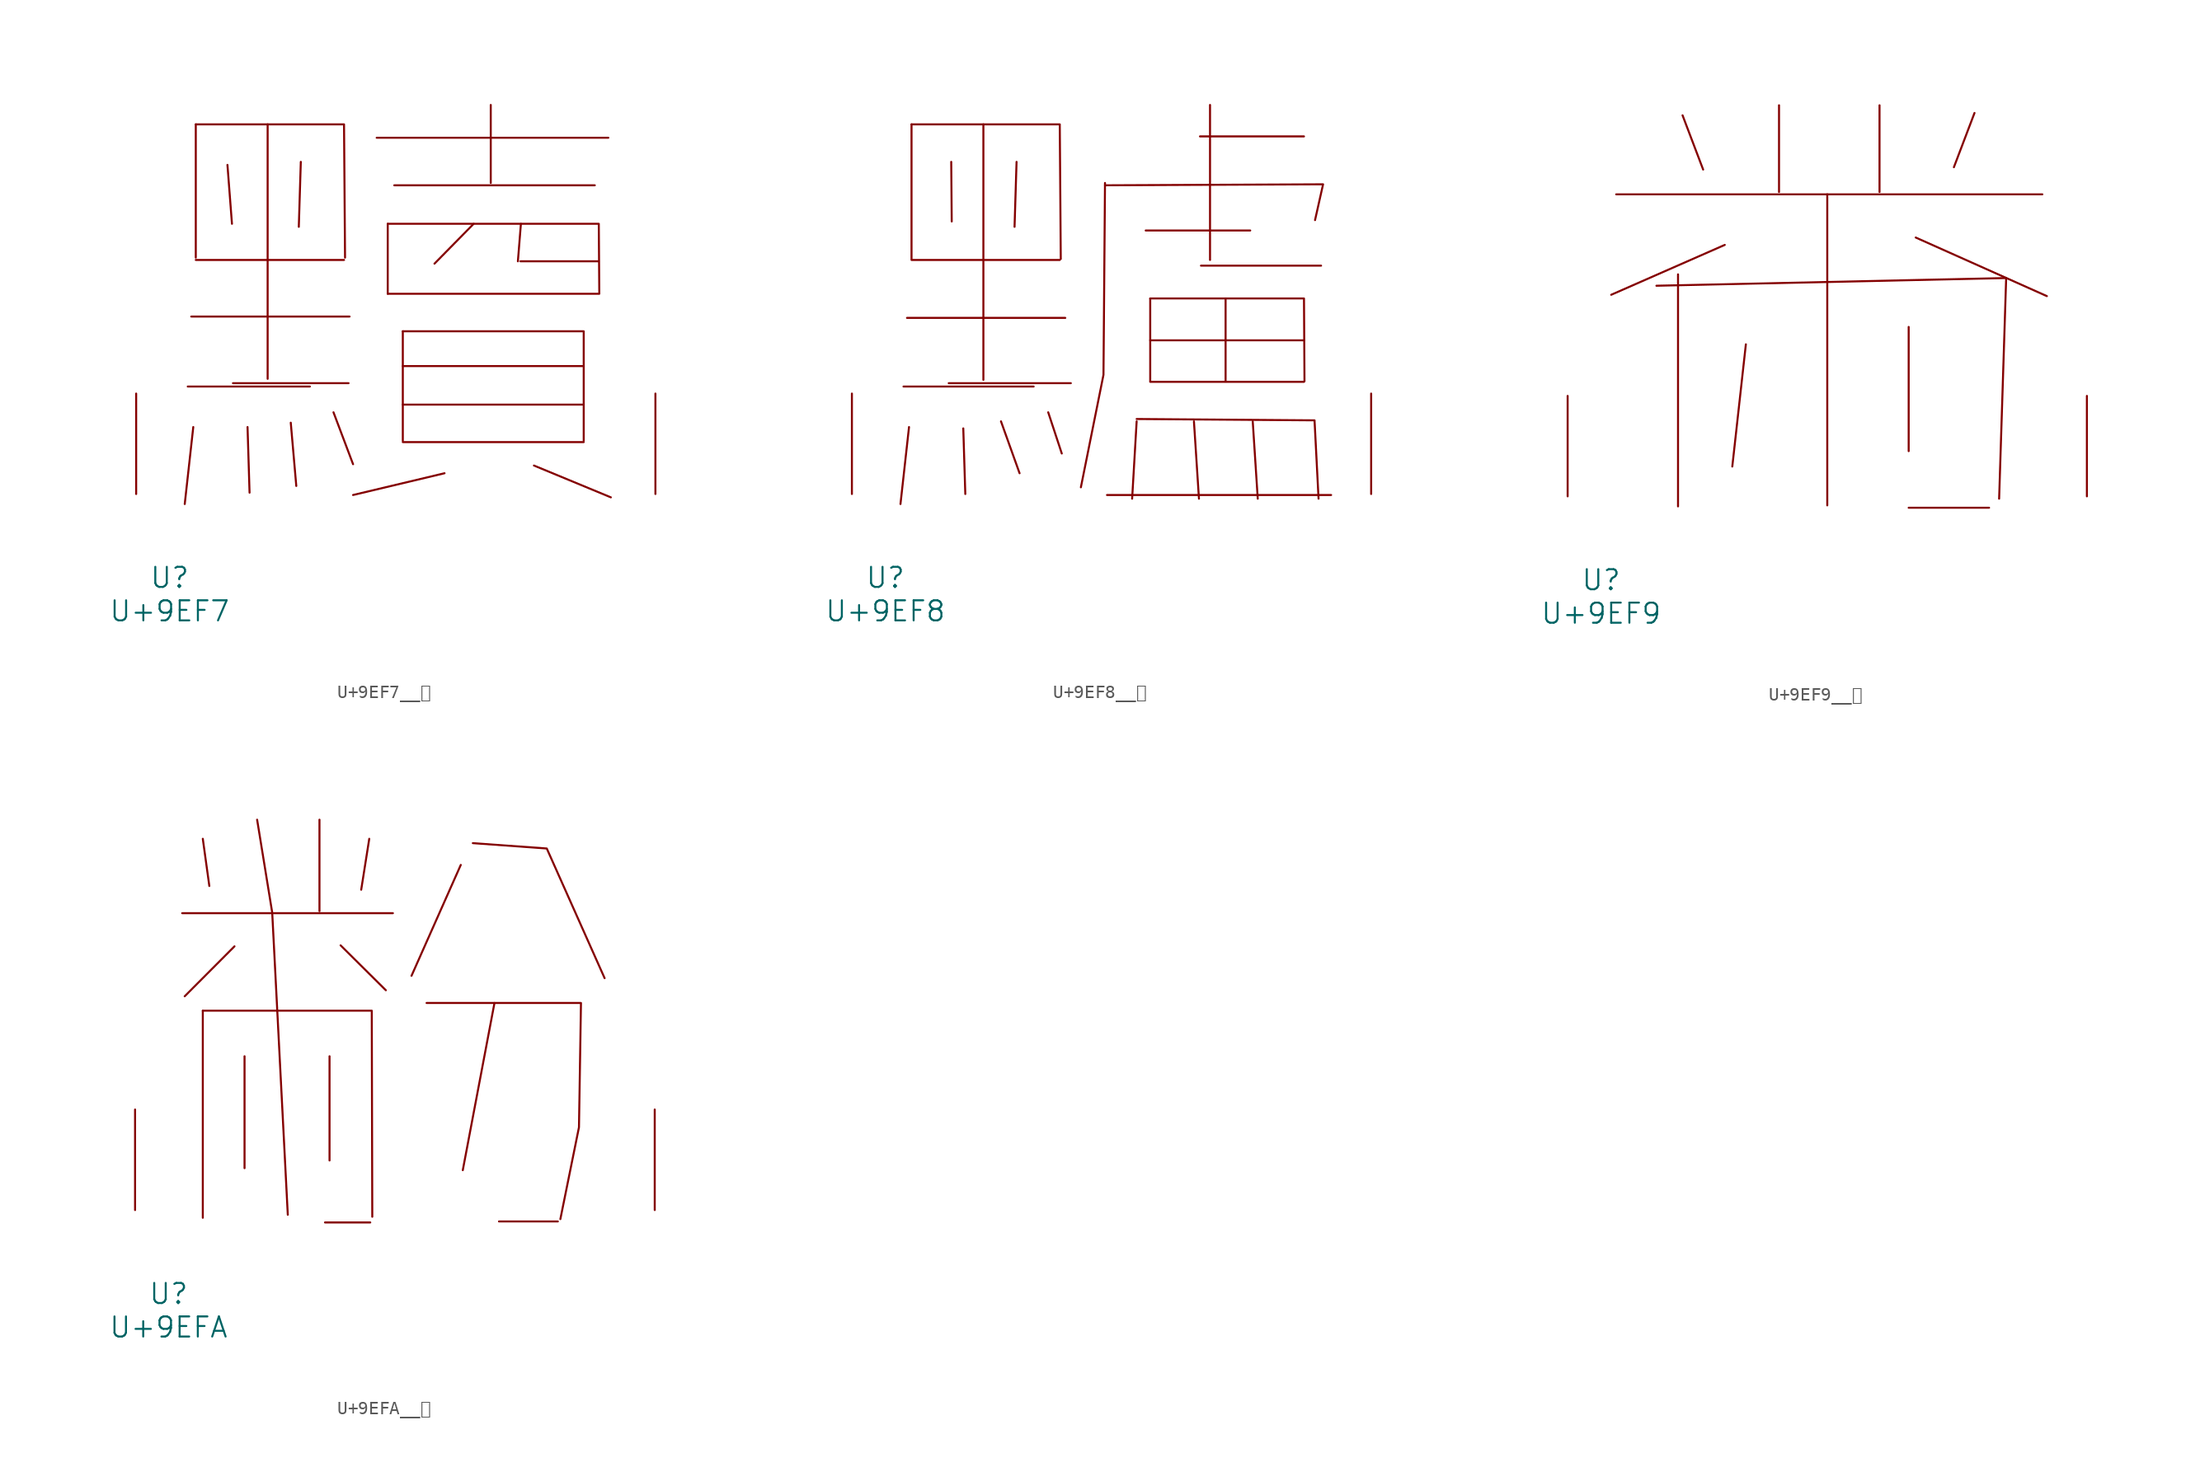
<source format=kicad_sym>
(kicad_symbol_lib
  (version 20231120)
  (generator "kicad_symbol_editor")
  (generator_version "8.0")
  (symbol "U+9EF7__黷"
    (pin_names
      (offset 1.016))
    (property "Reference" "U"
      (at 0 -6.35 0)
      (effects (font (size 1.524 1.524))))
    (property "Value" "U+9EF7"
      (at 0 -8.89 0)
      (effects (font (size 1.524 1.524))))
    (symbol "U+9EF7__黷_0_1"
      (polyline (pts (xy 1.372 8.153) (xy 10.63 8.153)) (stroke (width 0) (type solid)) (fill (type none)))
      (polyline (pts (xy 1.638 13.462) (xy 13.64 13.462)) (stroke (width 0) (type solid)) (fill (type none)))
      (polyline (pts (xy 1.791 5.08) (xy 1.143 -0.762)) (stroke (width 0) (type solid)) (fill (type none)))
      (polyline (pts (xy 1.981 17.755) (xy 13.221 17.755)) (stroke (width 0) (type solid)) (fill (type none)))
      (polyline (pts (xy 1.981 28.042) (xy 1.981 17.932)) (stroke (width 0) (type solid)) (fill (type none)))
      (polyline (pts (xy 4.381 24.968) (xy 4.724 20.498)) (stroke (width 0) (type solid)) (fill (type none)))
      (polyline (pts (xy 4.801 8.407) (xy 13.564 8.407)) (stroke (width 0) (type solid)) (fill (type none)))
      (polyline (pts (xy 5.905 5.08) (xy 6.058 0.102)) (stroke (width 0) (type solid)) (fill (type none)))
      (polyline (pts (xy 7.429 28.042) (xy 7.429 8.738)) (stroke (width 0) (type solid)) (fill (type none)))
      (polyline (pts (xy 9.182 5.41) (xy 9.601 0.61)) (stroke (width 0) (type solid)) (fill (type none)))
      (polyline (pts (xy 9.944 25.197) (xy 9.792 20.269)) (stroke (width 0) (type solid)) (fill (type none)))
      (polyline (pts (xy 12.421 6.198) (xy 13.906 2.261)) (stroke (width 0) (type solid)) (fill (type none)))
      (polyline (pts (xy 15.697 27.026) (xy 33.261 27.026)) (stroke (width 0) (type solid)) (fill (type none)))
      (polyline (pts (xy 16.535 15.189) (xy 32.499 15.189)) (stroke (width 0) (type solid)) (fill (type none)))
      (polyline (pts (xy 16.535 20.498) (xy 16.535 15.189)) (stroke (width 0) (type solid)) (fill (type none)))
      (polyline (pts (xy 17.031 23.419) (xy 32.233 23.419)) (stroke (width 0) (type solid)) (fill (type none)))
      (polyline (pts (xy 17.678 3.937) (xy 31.394 3.937)) (stroke (width 0) (type solid)) (fill (type none)))
      (polyline (pts (xy 17.678 6.782) (xy 31.394 6.782)) (stroke (width 0) (type solid)) (fill (type none)))
      (polyline (pts (xy 17.678 9.703) (xy 31.394 9.703)) (stroke (width 0) (type solid)) (fill (type none)))
      (polyline (pts (xy 17.678 12.344) (xy 17.678 4.039)) (stroke (width 0) (type solid)) (fill (type none)))
      (polyline (pts (xy 20.841 1.575) (xy 13.906 -0.076)) (stroke (width 0) (type solid)) (fill (type none)))
      (polyline (pts (xy 23.05 20.498) (xy 20.079 17.475)) (stroke (width 0) (type solid)) (fill (type none)))
      (polyline (pts (xy 24.346 29.515) (xy 24.346 23.597)) (stroke (width 0) (type solid)) (fill (type none)))
      (polyline (pts (xy 26.594 17.653) (xy 32.499 17.653)) (stroke (width 0) (type solid)) (fill (type none)))
      (polyline (pts (xy 26.632 20.498) (xy 26.403 17.653)) (stroke (width 0) (type solid)) (fill (type none)))
      (polyline (pts (xy 27.622 2.159) (xy 33.452 -0.254)) (stroke (width 0) (type solid)) (fill (type none)))
      (polyline (pts (xy 1.981 28.042) (xy 13.221 28.042) (xy 13.297 17.932)) (stroke (width 0) (type solid)) (fill (type none)))
      (polyline (pts (xy 16.535 20.498) (xy 32.537 20.498) (xy 32.575 15.189)) (stroke (width 0) (type solid)) (fill (type none)))
      (polyline (pts (xy 17.678 12.344) (xy 31.394 12.344) (xy 31.394 4.039)) (stroke (width 0) (type solid)) (fill (type none)))
      (pin input line (at -2.54 0 90) (length 7.62) (name "~" (effects (font (size 1.27 1.27)))) (number "~" (effects (font (size 1.27 1.27)))))
      (pin input line (at 36.83 0 90) (length 7.62) (name "~" (effects (font (size 1.27 1.27)))) (number "~" (effects (font (size 1.27 1.27)))))))
  (symbol "U+9EF8__黸"
    (pin_names
      (offset 1.016))
    (property "Reference" "U"
      (at 0 -6.35 0)
      (effects (font (size 1.524 1.524))))
    (property "Value" "U+9EF8"
      (at 0 -8.89 0)
      (effects (font (size 1.524 1.524))))
    (symbol "U+9EF8__黸_0_1"
      (polyline (pts (xy 1.372 8.153) (xy 11.239 8.153)) (stroke (width 0) (type solid)) (fill (type none)))
      (polyline (pts (xy 1.638 13.36) (xy 13.64 13.36)) (stroke (width 0) (type solid)) (fill (type none)))
      (polyline (pts (xy 1.791 5.08) (xy 1.143 -0.762)) (stroke (width 0) (type solid)) (fill (type none)))
      (polyline (pts (xy 1.981 17.755) (xy 13.221 17.755)) (stroke (width 0) (type solid)) (fill (type none)))
      (polyline (pts (xy 1.981 28.042) (xy 1.981 17.831)) (stroke (width 0) (type solid)) (fill (type none)))
      (polyline (pts (xy 4.801 8.407) (xy 14.059 8.407)) (stroke (width 0) (type solid)) (fill (type none)))
      (polyline (pts (xy 4.991 25.197) (xy 5.029 20.676)) (stroke (width 0) (type solid)) (fill (type none)))
      (polyline (pts (xy 5.905 4.978) (xy 6.058 0)) (stroke (width 0) (type solid)) (fill (type none)))
      (polyline (pts (xy 7.429 28.042) (xy 7.429 8.661)) (stroke (width 0) (type solid)) (fill (type none)))
      (polyline (pts (xy 8.763 5.512) (xy 10.173 1.575)) (stroke (width 0) (type solid)) (fill (type none)))
      (polyline (pts (xy 9.944 25.197) (xy 9.792 20.269)) (stroke (width 0) (type solid)) (fill (type none)))
      (polyline (pts (xy 12.344 6.198) (xy 13.373 3.073)) (stroke (width 0) (type solid)) (fill (type none)))
      (polyline (pts (xy 16.802 -0.076) (xy 33.795 -0.076)) (stroke (width 0) (type solid)) (fill (type none)))
      (polyline (pts (xy 19.05 5.512) (xy 18.707 -0.356)) (stroke (width 0) (type solid)) (fill (type none)))
      (polyline (pts (xy 19.736 19.99) (xy 27.661 19.99)) (stroke (width 0) (type solid)) (fill (type none)))
      (polyline (pts (xy 20.079 8.509) (xy 31.737 8.509)) (stroke (width 0) (type solid)) (fill (type none)))
      (polyline (pts (xy 20.079 11.659) (xy 31.737 11.659)) (stroke (width 0) (type solid)) (fill (type none)))
      (polyline (pts (xy 20.079 14.834) (xy 20.079 8.56)) (stroke (width 0) (type solid)) (fill (type none)))
      (polyline (pts (xy 23.393 5.512) (xy 23.774 -0.356)) (stroke (width 0) (type solid)) (fill (type none)))
      (polyline (pts (xy 23.851 27.127) (xy 31.737 27.127)) (stroke (width 0) (type solid)) (fill (type none)))
      (polyline (pts (xy 23.927 17.323) (xy 33.033 17.323)) (stroke (width 0) (type solid)) (fill (type none)))
      (polyline (pts (xy 24.613 29.515) (xy 24.613 17.755)) (stroke (width 0) (type solid)) (fill (type none)))
      (polyline (pts (xy 25.794 14.834) (xy 25.794 8.56)) (stroke (width 0) (type solid)) (fill (type none)))
      (polyline (pts (xy 27.851 5.512) (xy 28.232 -0.356)) (stroke (width 0) (type solid)) (fill (type none)))
      (polyline (pts (xy 1.981 28.042) (xy 13.221 28.042) (xy 13.297 17.831)) (stroke (width 0) (type solid)) (fill (type none)))
      (polyline (pts (xy 16.65 23.419) (xy 33.185 23.495) (xy 32.575 20.777)) (stroke (width 0) (type solid)) (fill (type none)))
      (polyline (pts (xy 16.65 23.597) (xy 16.535 9.042) (xy 14.821 0.508)) (stroke (width 0) (type solid)) (fill (type none)))
      (polyline (pts (xy 19.05 5.69) (xy 32.537 5.588) (xy 32.842 -0.356)) (stroke (width 0) (type solid)) (fill (type none)))
      (polyline (pts (xy 20.079 14.834) (xy 31.737 14.834) (xy 31.775 8.56)) (stroke (width 0) (type solid)) (fill (type none)))
      (pin input line (at -2.54 0 90) (length 7.62) (name "~" (effects (font (size 1.27 1.27)))) (number "~" (effects (font (size 1.27 1.27)))))
      (pin input line (at 36.83 0 90) (length 7.62) (name "~" (effects (font (size 1.27 1.27)))) (number "~" (effects (font (size 1.27 1.27)))))))
  (symbol "U+9EF9__黹"
    (pin_names
      (offset 1.016))
    (property "Reference" "U"
      (at 0 -6.35 0)
      (effects (font (size 1.524 1.524))))
    (property "Value" "U+9EF9"
      (at 0 -8.89 0)
      (effects (font (size 1.524 1.524))))
    (symbol "U+9EF9__黹_0_1"
      (polyline (pts (xy 1.143 22.911) (xy 33.452 22.911)) (stroke (width 0) (type solid)) (fill (type none)))
      (polyline (pts (xy 5.829 16.84) (xy 5.829 -0.762)) (stroke (width 0) (type solid)) (fill (type none)))
      (polyline (pts (xy 6.172 28.905) (xy 7.734 24.79)) (stroke (width 0) (type solid)) (fill (type none)))
      (polyline (pts (xy 9.373 19.075) (xy 0.762 15.291)) (stroke (width 0) (type solid)) (fill (type none)))
      (polyline (pts (xy 10.973 11.532) (xy 9.944 2.261)) (stroke (width 0) (type solid)) (fill (type none)))
      (polyline (pts (xy 13.487 29.667) (xy 13.487 23.089)) (stroke (width 0) (type solid)) (fill (type none)))
      (polyline (pts (xy 17.145 22.911) (xy 17.145 -0.686)) (stroke (width 0) (type solid)) (fill (type none)))
      (polyline (pts (xy 21.107 29.667) (xy 21.107 23.089)) (stroke (width 0) (type solid)) (fill (type none)))
      (polyline (pts (xy 23.317 -0.864) (xy 29.413 -0.864)) (stroke (width 0) (type solid)) (fill (type none)))
      (polyline (pts (xy 23.317 12.852) (xy 23.317 3.429)) (stroke (width 0) (type solid)) (fill (type none)))
      (polyline (pts (xy 23.851 19.634) (xy 33.795 15.189)) (stroke (width 0) (type solid)) (fill (type none)))
      (polyline (pts (xy 28.308 29.083) (xy 26.746 24.968)) (stroke (width 0) (type solid)) (fill (type none)))
      (polyline (pts (xy 4.191 15.977) (xy 30.709 16.561) (xy 30.175 -0.178)) (stroke (width 0) (type solid)) (fill (type none)))
      (pin input line (at -2.54 0 90) (length 7.62) (name "~" (effects (font (size 1.27 1.27)))) (number "~" (effects (font (size 1.27 1.27)))))
      (pin input line (at 36.83 0 90) (length 7.62) (name "~" (effects (font (size 1.27 1.27)))) (number "~" (effects (font (size 1.27 1.27)))))))
  (symbol "U+9EFA__黺"
    (pin_names
      (offset 1.016))
    (property "Reference" "U"
      (at 0 -6.35 0)
      (effects (font (size 1.524 1.524))))
    (property "Value" "U+9EFA"
      (at 0 -8.89 0)
      (effects (font (size 1.524 1.524))))
    (symbol "U+9EFA__黺_0_1"
      (polyline (pts (xy 1.029 22.504) (xy 16.993 22.504)) (stroke (width 0) (type solid)) (fill (type none)))
      (polyline (pts (xy 2.591 15.113) (xy 2.591 -0.584)) (stroke (width 0) (type solid)) (fill (type none)))
      (polyline (pts (xy 2.591 28.143) (xy 3.086 24.562)) (stroke (width 0) (type solid)) (fill (type none)))
      (polyline (pts (xy 4.991 19.99) (xy 1.219 16.205)) (stroke (width 0) (type solid)) (fill (type none)))
      (polyline (pts (xy 5.753 11.659) (xy 5.753 3.175)) (stroke (width 0) (type solid)) (fill (type none)))
      (polyline (pts (xy 11.43 29.591) (xy 11.43 22.657)) (stroke (width 0) (type solid)) (fill (type none)))
      (polyline (pts (xy 11.849 -0.94) (xy 15.278 -0.94)) (stroke (width 0) (type solid)) (fill (type none)))
      (polyline (pts (xy 12.192 11.659) (xy 12.192 3.759)) (stroke (width 0) (type solid)) (fill (type none)))
      (polyline (pts (xy 13.03 20.066) (xy 16.459 16.662)) (stroke (width 0) (type solid)) (fill (type none)))
      (polyline (pts (xy 15.202 28.143) (xy 14.592 24.282)) (stroke (width 0) (type solid)) (fill (type none)))
      (polyline (pts (xy 22.136 26.162) (xy 18.402 17.755)) (stroke (width 0) (type solid)) (fill (type none)))
      (polyline (pts (xy 24.689 15.697) (xy 22.288 3.023)) (stroke (width 0) (type solid)) (fill (type none)))
      (polyline (pts (xy 25.032 -0.864) (xy 29.489 -0.864)) (stroke (width 0) (type solid)) (fill (type none)))
      (polyline (pts (xy 2.591 15.113) (xy 15.392 15.113) (xy 15.431 -0.508)) (stroke (width 0) (type solid)) (fill (type none)))
      (polyline (pts (xy 6.706 29.591) (xy 7.849 22.555) (xy 9.03 -0.356)) (stroke (width 0) (type solid)) (fill (type none)))
      (polyline (pts (xy 23.05 27.813) (xy 28.651 27.407) (xy 33.033 17.577)) (stroke (width 0) (type solid)) (fill (type none)))
      (polyline (pts (xy 19.545 15.697) (xy 31.242 15.697) (xy 31.09 6.274) (xy 29.68 -0.686)) (stroke (width 0) (type solid)) (fill (type none)))
      (pin input line (at -2.54 0 90) (length 7.62) (name "~" (effects (font (size 1.27 1.27)))) (number "~" (effects (font (size 1.27 1.27)))))
      (pin input line (at 36.83 0 90) (length 7.62) (name "~" (effects (font (size 1.27 1.27)))) (number "~" (effects (font (size 1.27 1.27))))))))
</source>
